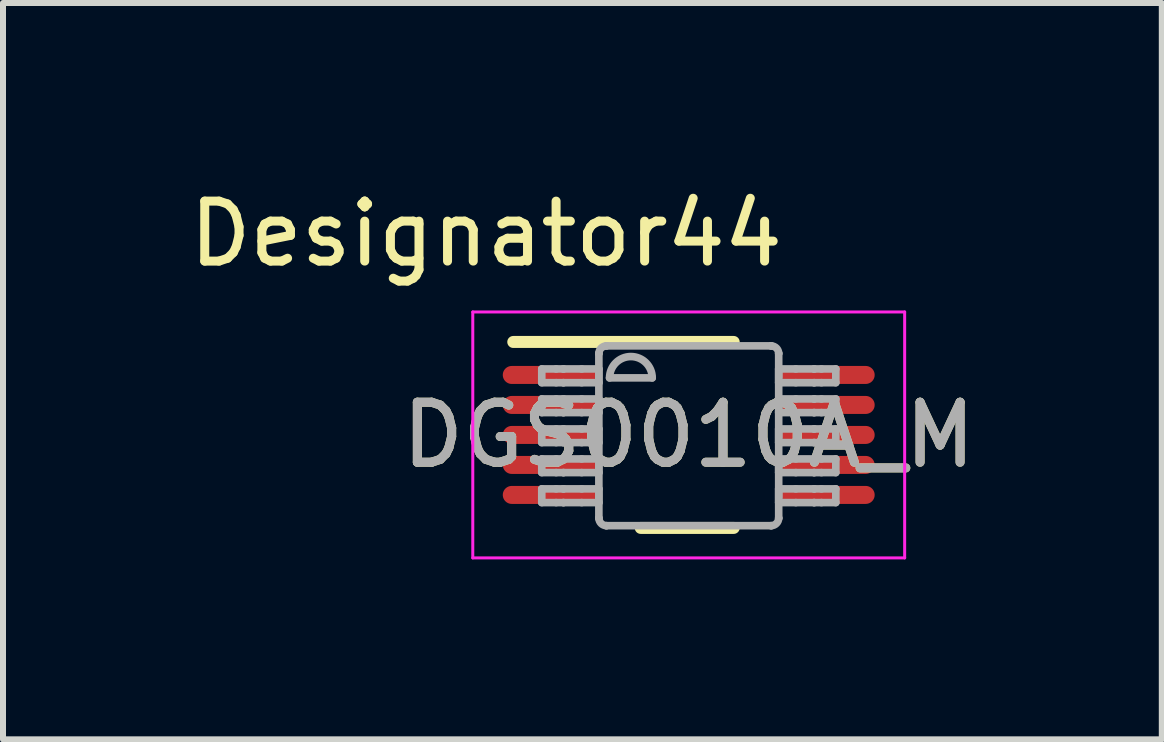
<source format=kicad_pcb>
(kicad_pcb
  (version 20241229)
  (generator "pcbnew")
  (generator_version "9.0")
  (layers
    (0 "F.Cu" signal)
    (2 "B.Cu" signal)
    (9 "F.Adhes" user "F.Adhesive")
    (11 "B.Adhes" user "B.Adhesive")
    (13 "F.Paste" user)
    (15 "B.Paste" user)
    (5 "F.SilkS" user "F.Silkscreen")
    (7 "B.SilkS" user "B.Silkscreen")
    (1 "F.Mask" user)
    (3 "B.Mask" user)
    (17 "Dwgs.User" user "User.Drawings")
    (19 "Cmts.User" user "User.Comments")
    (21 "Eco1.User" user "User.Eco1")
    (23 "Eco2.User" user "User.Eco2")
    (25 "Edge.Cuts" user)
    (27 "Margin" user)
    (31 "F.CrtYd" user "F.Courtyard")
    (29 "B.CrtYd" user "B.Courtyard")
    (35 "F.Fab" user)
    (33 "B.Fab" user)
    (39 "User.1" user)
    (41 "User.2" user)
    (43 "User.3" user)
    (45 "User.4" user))
  (footprint "DGS0010A_M"
    (layer "F.Cu")
    (at 8.432 4.201)
    (property "Reference" "DGS0010A_M" (at 0 0 0) (unlocked yes) (layer "F.SilkS") (effects (font (size 1 1) (thickness 0.15))))
    (attr smd)
    (fp_line (start -2.925 -1.55) (end 0.75 -1.55) (stroke (width 0.2) (type solid)) (layer "F.SilkS"))
    (fp_line (start -0.8 1.55) (end 0.75 1.55) (stroke (width 0.2) (type solid)) (layer "F.SilkS"))
    (fp_line (start -3.6 -2.05) (end 3.6 -2.05) (stroke (width 0.05) (type solid)) (layer "F.CrtYd"))
    (fp_line (start -3.6 2.05) (end -3.6 -2.05) (stroke (width 0.05) (type solid)) (layer "F.CrtYd"))
    (fp_line (start -3.6 2.05) (end 3.6 2.05) (stroke (width 0.05) (type solid)) (layer "F.CrtYd"))
    (fp_line (start 3.6 2.05) (end 3.6 -2.05) (stroke (width 0.05) (type solid)) (layer "F.CrtYd"))
    (fp_line (start -2.45 -1.1) (end -2.21 -1.1) (stroke (width 0.127) (type solid)) (layer "F.Fab"))
    (fp_line (start -2.45 -0.871) (end -2.45 -1.1) (stroke (width 0.127) (type solid)) (layer "F.Fab"))
    (fp_line (start -2.45 -0.871) (end -2.21 -0.871) (stroke (width 0.127) (type solid)) (layer "F.Fab"))
    (fp_line (start -2.45 -0.6) (end -2.21 -0.6) (stroke (width 0.127) (type solid)) (layer "F.Fab"))
    (fp_line (start -2.45 -0.372) (end -2.45 -0.6) (stroke (width 0.127) (type solid)) (layer "F.Fab"))
    (fp_line (start -2.45 -0.372) (end -2.21 -0.372) (stroke (width 0.127) (type solid)) (layer "F.Fab"))
    (fp_line (start -2.45 -0.1) (end -2.21 -0.1) (stroke (width 0.127) (type solid)) (layer "F.Fab"))
    (fp_line (start -2.45 0.128) (end -2.45 -0.1) (stroke (width 0.127) (type solid)) (layer "F.Fab"))
    (fp_line (start -2.45 0.128) (end -2.21 0.128) (stroke (width 0.127) (type solid)) (layer "F.Fab"))
    (fp_line (start -2.45 0.4) (end -2.21 0.4) (stroke (width 0.127) (type solid)) (layer "F.Fab"))
    (fp_line (start -2.45 0.628) (end -2.45 0.4) (stroke (width 0.127) (type solid)) (layer "F.Fab"))
    (fp_line (start -2.45 0.628) (end -2.21 0.628) (stroke (width 0.127) (type solid)) (layer "F.Fab"))
    (fp_line (start -2.45 0.899) (end -2.21 0.899) (stroke (width 0.127) (type solid)) (layer "F.Fab"))
    (fp_line (start -2.45 1.128) (end -2.45 0.899) (stroke (width 0.127) (type solid)) (layer "F.Fab"))
    (fp_line (start -2.45 1.128) (end -2.21 1.128) (stroke (width 0.127) (type solid)) (layer "F.Fab"))
    (fp_line (start -2.21 -1.1) (end -2.09 -1.1) (stroke (width 0.127) (type solid)) (layer "F.Fab"))
    (fp_line (start -2.21 -0.871) (end -2.09 -0.871) (stroke (width 0.127) (type solid)) (layer "F.Fab"))
    (fp_line (start -2.21 -0.6) (end -2.09 -0.6) (stroke (width 0.127) (type solid)) (layer "F.Fab"))
    (fp_line (start -2.21 -0.372) (end -2.09 -0.372) (stroke (width 0.127) (type solid)) (layer "F.Fab"))
    (fp_line (start -2.21 -0.1) (end -2.09 -0.1) (stroke (width 0.127) (type solid)) (layer "F.Fab"))
    (fp_line (start -2.21 0.128) (end -2.09 0.128) (stroke (width 0.127) (type solid)) (layer "F.Fab"))
    (fp_line (start -2.21 0.4) (end -2.09 0.4) (stroke (width 0.127) (type solid)) (layer "F.Fab"))
    (fp_line (start -2.21 0.628) (end -2.09 0.628) (stroke (width 0.127) (type solid)) (layer "F.Fab"))
    (fp_line (start -2.21 0.899) (end -2.09 0.899) (stroke (width 0.127) (type solid)) (layer "F.Fab"))
    (fp_line (start -2.21 1.128) (end -2.09 1.128) (stroke (width 0.127) (type solid)) (layer "F.Fab"))
    (fp_line (start -2.09 -1.1) (end -2.087 -1.1) (stroke (width 0.127) (type solid)) (layer "F.Fab"))
    (fp_line (start -2.09 -0.871) (end -2.087 -0.871) (stroke (width 0.127) (type solid)) (layer "F.Fab"))
    (fp_line (start -2.09 -0.6) (end -2.087 -0.6) (stroke (width 0.127) (type solid)) (layer "F.Fab"))
    (fp_line (start -2.09 -0.372) (end -2.087 -0.372) (stroke (width 0.127) (type solid)) (layer "F.Fab"))
    (fp_line (start -2.09 -0.1) (end -2.087 -0.1) (stroke (width 0.127) (type solid)) (layer "F.Fab"))
    (fp_line (start -2.09 0.128) (end -2.087 0.128) (stroke (width 0.127) (type solid)) (layer "F.Fab"))
    (fp_line (start -2.09 0.4) (end -2.087 0.4) (stroke (width 0.127) (type solid)) (layer "F.Fab"))
    (fp_line (start -2.09 0.628) (end -2.087 0.628) (stroke (width 0.127) (type solid)) (layer "F.Fab"))
    (fp_line (start -2.09 0.899) (end -2.087 0.899) (stroke (width 0.127) (type solid)) (layer "F.Fab"))
    (fp_line (start -2.09 1.128) (end -2.087 1.128) (stroke (width 0.127) (type solid)) (layer "F.Fab"))
    (fp_line (start -2.087 -1.1) (end -1.784 -1.1) (stroke (width 0.127) (type solid)) (layer "F.Fab"))
    (fp_line (start -2.087 -0.871) (end -1.784 -0.871) (stroke (width 0.127) (type solid)) (layer "F.Fab"))
    (fp_line (start -2.087 -0.6) (end -1.784 -0.6) (stroke (width 0.127) (type solid)) (layer "F.Fab"))
    (fp_line (start -2.087 -0.372) (end -1.784 -0.372) (stroke (width 0.127) (type solid)) (layer "F.Fab"))
    (fp_line (start -2.087 -0.1) (end -1.784 -0.1) (stroke (width 0.127) (type solid)) (layer "F.Fab"))
    (fp_line (start -2.087 0.128) (end -1.784 0.128) (stroke (width 0.127) (type solid)) (layer "F.Fab"))
    (fp_line (start -2.087 0.4) (end -1.784 0.4) (stroke (width 0.127) (type solid)) (layer "F.Fab"))
    (fp_line (start -2.087 0.628) (end -1.784 0.628) (stroke (width 0.127) (type solid)) (layer "F.Fab"))
    (fp_line (start -2.087 0.899) (end -1.784 0.899) (stroke (width 0.127) (type solid)) (layer "F.Fab"))
    (fp_line (start -2.087 1.128) (end -1.784 1.128) (stroke (width 0.127) (type solid)) (layer "F.Fab"))
    (fp_line (start -1.784 -1.1) (end -1.498 -1.1) (stroke (width 0.127) (type solid)) (layer "F.Fab"))
    (fp_line (start -1.784 -0.871) (end -1.498 -0.871) (stroke (width 0.127) (type solid)) (layer "F.Fab"))
    (fp_line (start -1.784 -0.6) (end -1.498 -0.6) (stroke (width 0.127) (type solid)) (layer "F.Fab"))
    (fp_line (start -1.784 -0.372) (end -1.498 -0.372) (stroke (width 0.127) (type solid)) (layer "F.Fab"))
    (fp_line (start -1.784 -0.1) (end -1.498 -0.1) (stroke (width 0.127) (type solid)) (layer "F.Fab"))
    (fp_line (start -1.784 0.128) (end -1.498 0.128) (stroke (width 0.127) (type solid)) (layer "F.Fab"))
    (fp_line (start -1.784 0.4) (end -1.498 0.4) (stroke (width 0.127) (type solid)) (layer "F.Fab"))
    (fp_line (start -1.784 0.628) (end -1.498 0.628) (stroke (width 0.127) (type solid)) (layer "F.Fab"))
    (fp_line (start -1.784 0.899) (end -1.498 0.899) (stroke (width 0.127) (type solid)) (layer "F.Fab"))
    (fp_line (start -1.784 1.128) (end -1.498 1.128) (stroke (width 0.127) (type solid)) (layer "F.Fab"))
    (fp_line (start -1.498 -1.358) (end -1.497 -1.36) (stroke (width 0.127) (type solid)) (layer "F.Fab"))
    (fp_line (start -1.498 -0.871) (end -1.498 -1.1) (stroke (width 0.127) (type solid)) (layer "F.Fab"))
    (fp_line (start -1.498 -0.372) (end -1.498 -0.6) (stroke (width 0.127) (type solid)) (layer "F.Fab"))
    (fp_line (start -1.498 0.128) (end -1.498 -0.1) (stroke (width 0.127) (type solid)) (layer "F.Fab"))
    (fp_line (start -1.498 0.628) (end -1.498 0.4) (stroke (width 0.127) (type solid)) (layer "F.Fab"))
    (fp_line (start -1.498 1.128) (end -1.498 0.899) (stroke (width 0.127) (type solid)) (layer "F.Fab"))
    (fp_line (start -1.498 1.386) (end -1.498 -1.358) (stroke (width 0.127) (type solid)) (layer "F.Fab"))
    (fp_line (start -1.498 1.386) (end -1.497 1.388) (stroke (width 0.127) (type solid)) (layer "F.Fab"))
    (fp_line (start -1.373 -1.485) (end -1.371 -1.485) (stroke (width 0.127) (type solid)) (layer "F.Fab"))
    (fp_line (start -1.373 1.513) (end -1.371 1.513) (stroke (width 0.127) (type solid)) (layer "F.Fab"))
    (fp_line (start -1.371 -1.485) (end 1.373 -1.485) (stroke (width 0.127) (type solid)) (layer "F.Fab"))
    (fp_line (start -1.371 1.513) (end 1.373 1.513) (stroke (width 0.127) (type solid)) (layer "F.Fab"))
    (fp_line (start -1.32 -0.951) (end -0.609 -0.951) (stroke (width 0.127) (type solid)) (layer "F.Fab"))
    (fp_line (start 1.373 -1.485) (end 1.375 -1.485) (stroke (width 0.127) (type solid)) (layer "F.Fab"))
    (fp_line (start 1.373 1.513) (end 1.375 1.513) (stroke (width 0.127) (type solid)) (layer "F.Fab"))
    (fp_line (start 1.5 -1.36) (end 1.5 -1.358) (stroke (width 0.127) (type solid)) (layer "F.Fab"))
    (fp_line (start 1.5 1.388) (end 1.5 1.386) (stroke (width 0.127) (type solid)) (layer "F.Fab"))
    (fp_line (start 1.5 -1.1) (end 1.786 -1.1) (stroke (width 0.127) (type solid)) (layer "F.Fab"))
    (fp_line (start 1.5 -0.871) (end 1.5 -1.1) (stroke (width 0.127) (type solid)) (layer "F.Fab"))
    (fp_line (start 1.5 -0.871) (end 1.786 -0.871) (stroke (width 0.127) (type solid)) (layer "F.Fab"))
    (fp_line (start 1.5 -0.6) (end 1.786 -0.6) (stroke (width 0.127) (type solid)) (layer "F.Fab"))
    (fp_line (start 1.5 -0.372) (end 1.5 -0.6) (stroke (width 0.127) (type solid)) (layer "F.Fab"))
    (fp_line (start 1.5 -0.372) (end 1.786 -0.372) (stroke (width 0.127) (type solid)) (layer "F.Fab"))
    (fp_line (start 1.5 -0.1) (end 1.786 -0.1) (stroke (width 0.127) (type solid)) (layer "F.Fab"))
    (fp_line (start 1.5 0.128) (end 1.5 -0.1) (stroke (width 0.127) (type solid)) (layer "F.Fab"))
    (fp_line (start 1.5 0.128) (end 1.786 0.128) (stroke (width 0.127) (type solid)) (layer "F.Fab"))
    (fp_line (start 1.5 0.4) (end 1.786 0.4) (stroke (width 0.127) (type solid)) (layer "F.Fab"))
    (fp_line (start 1.5 0.628) (end 1.5 0.4) (stroke (width 0.127) (type solid)) (layer "F.Fab"))
    (fp_line (start 1.5 0.628) (end 1.786 0.628) (stroke (width 0.127) (type solid)) (layer "F.Fab"))
    (fp_line (start 1.5 0.899) (end 1.786 0.899) (stroke (width 0.127) (type solid)) (layer "F.Fab"))
    (fp_line (start 1.5 1.128) (end 1.5 0.899) (stroke (width 0.127) (type solid)) (layer "F.Fab"))
    (fp_line (start 1.5 1.128) (end 1.786 1.128) (stroke (width 0.127) (type solid)) (layer "F.Fab"))
    (fp_line (start 1.5 1.386) (end 1.5 -1.358) (stroke (width 0.127) (type solid)) (layer "F.Fab"))
    (fp_line (start 1.786 -1.1) (end 2.089 -1.1) (stroke (width 0.127) (type solid)) (layer "F.Fab"))
    (fp_line (start 1.786 -0.871) (end 2.089 -0.871) (stroke (width 0.127) (type solid)) (layer "F.Fab"))
    (fp_line (start 1.786 -0.6) (end 2.089 -0.6) (stroke (width 0.127) (type solid)) (layer "F.Fab"))
    (fp_line (start 1.786 -0.372) (end 2.089 -0.372) (stroke (width 0.127) (type solid)) (layer "F.Fab"))
    (fp_line (start 1.786 -0.1) (end 2.089 -0.1) (stroke (width 0.127) (type solid)) (layer "F.Fab"))
    (fp_line (start 1.786 0.128) (end 2.089 0.128) (stroke (width 0.127) (type solid)) (layer "F.Fab"))
    (fp_line (start 1.786 0.4) (end 2.089 0.4) (stroke (width 0.127) (type solid)) (layer "F.Fab"))
    (fp_line (start 1.786 0.628) (end 2.089 0.628) (stroke (width 0.127) (type solid)) (layer "F.Fab"))
    (fp_line (start 1.786 0.899) (end 2.089 0.899) (stroke (width 0.127) (type solid)) (layer "F.Fab"))
    (fp_line (start 1.786 1.128) (end 2.089 1.128) (stroke (width 0.127) (type solid)) (layer "F.Fab"))
    (fp_line (start 2.089 -1.1) (end 2.093 -1.1) (stroke (width 0.127) (type solid)) (layer "F.Fab"))
    (fp_line (start 2.089 -0.871) (end 2.093 -0.871) (stroke (width 0.127) (type solid)) (layer "F.Fab"))
    (fp_line (start 2.089 -0.6) (end 2.093 -0.6) (stroke (width 0.127) (type solid)) (layer "F.Fab"))
    (fp_line (start 2.089 -0.372) (end 2.093 -0.372) (stroke (width 0.127) (type solid)) (layer "F.Fab"))
    (fp_line (start 2.089 -0.1) (end 2.093 -0.1) (stroke (width 0.127) (type solid)) (layer "F.Fab"))
    (fp_line (start 2.089 0.128) (end 2.093 0.128) (stroke (width 0.127) (type solid)) (layer "F.Fab"))
    (fp_line (start 2.089 0.4) (end 2.093 0.4) (stroke (width 0.127) (type solid)) (layer "F.Fab"))
    (fp_line (start 2.089 0.628) (end 2.093 0.628) (stroke (width 0.127) (type solid)) (layer "F.Fab"))
    (fp_line (start 2.089 0.899) (end 2.093 0.899) (stroke (width 0.127) (type solid)) (layer "F.Fab"))
    (fp_line (start 2.089 1.128) (end 2.093 1.128) (stroke (width 0.127) (type solid)) (layer "F.Fab"))
    (fp_line (start 2.093 -1.1) (end 2.213 -1.1) (stroke (width 0.127) (type solid)) (layer "F.Fab"))
    (fp_line (start 2.093 -0.871) (end 2.213 -0.871) (stroke (width 0.127) (type solid)) (layer "F.Fab"))
    (fp_line (start 2.093 -0.6) (end 2.213 -0.6) (stroke (width 0.127) (type solid)) (layer "F.Fab"))
    (fp_line (start 2.093 -0.372) (end 2.213 -0.372) (stroke (width 0.127) (type solid)) (layer "F.Fab"))
    (fp_line (start 2.093 -0.1) (end 2.213 -0.1) (stroke (width 0.127) (type solid)) (layer "F.Fab"))
    (fp_line (start 2.093 0.128) (end 2.213 0.128) (stroke (width 0.127) (type solid)) (layer "F.Fab"))
    (fp_line (start 2.093 0.4) (end 2.213 0.4) (stroke (width 0.127) (type solid)) (layer "F.Fab"))
    (fp_line (start 2.093 0.628) (end 2.213 0.628) (stroke (width 0.127) (type solid)) (layer "F.Fab"))
    (fp_line (start 2.093 0.899) (end 2.213 0.899) (stroke (width 0.127) (type solid)) (layer "F.Fab"))
    (fp_line (start 2.093 1.128) (end 2.213 1.128) (stroke (width 0.127) (type solid)) (layer "F.Fab"))
    (fp_line (start 2.213 -1.1) (end 2.452 -1.1) (stroke (width 0.127) (type solid)) (layer "F.Fab"))
    (fp_line (start 2.213 -0.871) (end 2.452 -0.871) (stroke (width 0.127) (type solid)) (layer "F.Fab"))
    (fp_line (start 2.213 -0.6) (end 2.452 -0.6) (stroke (width 0.127) (type solid)) (layer "F.Fab"))
    (fp_line (start 2.213 -0.372) (end 2.452 -0.372) (stroke (width 0.127) (type solid)) (layer "F.Fab"))
    (fp_line (start 2.213 -0.1) (end 2.452 -0.1) (stroke (width 0.127) (type solid)) (layer "F.Fab"))
    (fp_line (start 2.213 0.128) (end 2.452 0.128) (stroke (width 0.127) (type solid)) (layer "F.Fab"))
    (fp_line (start 2.213 0.4) (end 2.452 0.4) (stroke (width 0.127) (type solid)) (layer "F.Fab"))
    (fp_line (start 2.213 0.628) (end 2.452 0.628) (stroke (width 0.127) (type solid)) (layer "F.Fab"))
    (fp_line (start 2.213 0.899) (end 2.452 0.899) (stroke (width 0.127) (type solid)) (layer "F.Fab"))
    (fp_line (start 2.213 1.128) (end 2.452 1.128) (stroke (width 0.127) (type solid)) (layer "F.Fab"))
    (fp_line (start 2.452 -0.871) (end 2.452 -1.1) (stroke (width 0.127) (type solid)) (layer "F.Fab"))
    (fp_line (start 2.452 -0.372) (end 2.452 -0.6) (stroke (width 0.127) (type solid)) (layer "F.Fab"))
    (fp_line (start 2.452 0.128) (end 2.452 -0.1) (stroke (width 0.127) (type solid)) (layer "F.Fab"))
    (fp_line (start 2.452 0.628) (end 2.452 0.4) (stroke (width 0.127) (type solid)) (layer "F.Fab"))
    (fp_line (start 2.452 1.128) (end 2.452 0.899) (stroke (width 0.127) (type solid)) (layer "F.Fab"))
    (fp_arc (start -1.49745 -1.360299) (mid -1.460293 -1.447356) (end -1.373243 -1.484531) (stroke (width 0.127) (type solid)) (layer "F.Fab"))
    (fp_arc (start -1.373243 1.512619) (mid -1.460293 1.475444) (end -1.49745 1.388386) (stroke (width 0.127) (type solid)) (layer "F.Fab"))
    (fp_arc (start -1.3197 -0.951156) (mid -0.9641 -1.306756) (end -0.6085 -0.951156) (stroke (width 0.127) (type solid)) (layer "F.Fab"))
    (fp_arc (start 1.375443 -1.484532) (mid 1.462505 -1.447362) (end 1.499675 -1.360299) (stroke (width 0.127) (type solid)) (layer "F.Fab"))
    (fp_arc (start 1.499675 1.388387) (mid 1.462505 1.475449) (end 1.375443 1.512619) (stroke (width 0.127) (type solid)) (layer "F.Fab"))
    (fp_text user "Designator44" (at -3.378 -3.353 0) (unlocked yes) (layer "F.SilkS") (effects (font (size 1 1) (thickness 0.15))))
    (fp_text user "${REFERENCE}" (at 0 0 0) (unlocked yes) (layer "F.Fab") (effects (font (size 1 1) (thickness 0.15))))
    (pad "1" smd oval (at -2.325 -1 90) (size 0.3 1.55) (layers "F.Cu" "F.Mask" "F.Paste"))
    (pad "2" smd oval (at -2.325 -0.5 90) (size 0.3 1.55) (layers "F.Cu" "F.Mask" "F.Paste"))
    (pad "3" smd oval (at -2.325 0 90) (size 0.3 1.55) (layers "F.Cu" "F.Mask" "F.Paste"))
    (pad "4" smd oval (at -2.325 0.5 90) (size 0.3 1.55) (layers "F.Cu" "F.Mask" "F.Paste"))
    (pad "5" smd oval (at -2.325 1 90) (size 0.3 1.55) (layers "F.Cu" "F.Mask" "F.Paste"))
    (pad "6" smd oval (at 2.325 1 90) (size 0.3 1.55) (layers "F.Cu" "F.Mask" "F.Paste"))
    (pad "7" smd oval (at 2.325 0.5 90) (size 0.3 1.55) (layers "F.Cu" "F.Mask" "F.Paste"))
    (pad "8" smd oval (at 2.325 0 90) (size 0.3 1.55) (layers "F.Cu" "F.Mask" "F.Paste"))
    (pad "9" smd oval (at 2.325 -0.5 90) (size 0.3 1.55) (layers "F.Cu" "F.Mask" "F.Paste"))
    (pad "10" smd oval (at 2.325 -1 90) (size 0.3 1.55) (layers "F.Cu" "F.Mask" "F.Paste")))
  (gr_rect
    (start -3 -3)
    (end 16.319 9.276)
    (stroke (width 0.1) (type default))
    (fill no)
    (layer "Edge.Cuts")))
</source>
